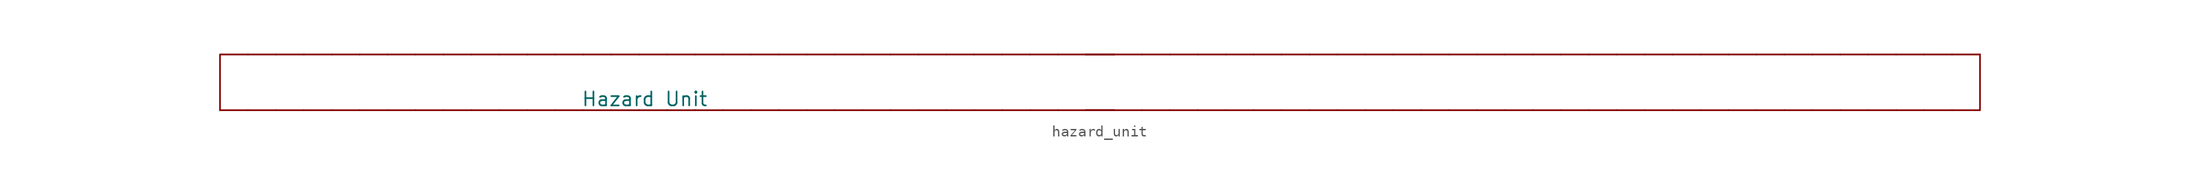
<source format=kicad_sym>
(kicad_symbol_lib
  (version 20231120)
  (generator "kicad_symbol_editor")
  (generator_version "8.0")
  (symbol "hazard_unit"
    (pin_numbers hide)
    (property "Reference" "U2"
      (at -47.244 0.254 90)
      (effects (font (size 0.001 0.001))))
    (property "Value" "Hazard Unit"
      (at -42.672 -0.254 0)
      (effects (font (size 1.27 1.27))))
    (symbol "hazard_unit_0_1"
      (polyline (pts (xy -81.28 -1.27) (xy -81.28 3.81) (xy 0 3.81)) (stroke (width 0) (type default)) (fill (type none)))
      (polyline (pts (xy -2.54 3.81) (xy -2.54 3.81) (xy 78.74 3.81)) (stroke (width 0) (type default)) (fill (type none)))
      (polyline (pts (xy -81.28 -1.27) (xy -16.51 -1.27) (xy -13.97 -1.27) (xy -11.43 -1.27) (xy -3.81 -1.27) (xy 0 -1.27) (xy 0 -1.27)) (stroke (width 0) (type default)) (fill (type none)))
      (polyline (pts (xy -2.54 -1.27) (xy 62.23 -1.27) (xy 64.77 -1.27) (xy 67.31 -1.27) (xy 74.93 -1.27) (xy 78.74 -1.27) (xy 78.74 3.81)) (stroke (width 0) (type default)) (fill (type none))))
    (symbol "hazard_unit_1_1"
      (pin input line (at -78.74 -1.27 90) (length 0) (name "A" (effects (font (size 0 0)))) (number "" (effects (font (size 1.27 1.27)))))
      (pin input line (at -76.2 -1.27 90) (length 0) (name "A" (effects (font (size 0 0)))) (number "" (effects (font (size 1.27 1.27)))))
      (pin input line (at -73.66 -1.27 90) (length 0) (name "A" (effects (font (size 0 0)))) (number "" (effects (font (size 1.27 1.27)))))
      (pin input line (at -71.12 -1.27 90) (length 0) (name "A" (effects (font (size 0 0)))) (number "" (effects (font (size 1.27 1.27)))))
      (pin input line (at -68.58 -1.27 90) (length 0) (name "A" (effects (font (size 0 0)))) (number "" (effects (font (size 1.27 1.27)))))
      (pin input line (at -66.04 -1.27 90) (length 0) (name "A" (effects (font (size 0 0)))) (number "" (effects (font (size 1.27 1.27)))))
      (pin input line (at -63.5 -1.27 90) (length 0) (name "A" (effects (font (size 0 0)))) (number "" (effects (font (size 1.27 1.27)))))
      (pin input line (at -60.96 -1.27 90) (length 0) (name "A" (effects (font (size 0 0)))) (number "" (effects (font (size 1.27 1.27)))))
      (pin input line (at -58.42 -1.27 90) (length 0) (name "A" (effects (font (size 0 0)))) (number "" (effects (font (size 1.27 1.27)))))
      (pin input line (at -55.88 -1.27 90) (length 0) (name "A" (effects (font (size 0 0)))) (number "" (effects (font (size 1.27 1.27)))))
      (pin input line (at -53.34 -1.27 90) (length 0) (name "A" (effects (font (size 0 0)))) (number "" (effects (font (size 1.27 1.27)))))
      (pin input line (at -50.8 -1.27 90) (length 0) (name "A" (effects (font (size 0 0)))) (number "" (effects (font (size 1.27 1.27)))))
      (pin input line (at -48.26 -1.27 90) (length 0) (name "A" (effects (font (size 0 0)))) (number "" (effects (font (size 1.27 1.27)))))
      (pin input line (at -45.72 -1.27 90) (length 0) (name "A" (effects (font (size 0 0)))) (number "" (effects (font (size 1.27 1.27)))))
      (pin input line (at -43.18 -1.27 90) (length 0) (name "A" (effects (font (size 0 0)))) (number "" (effects (font (size 1.27 1.27)))))
      (pin input line (at -40.64 -1.27 90) (length 0) (name "A" (effects (font (size 0 0)))) (number "" (effects (font (size 1.27 1.27)))))
      (pin input line (at -38.1 -1.27 90) (length 0) (name "A" (effects (font (size 0 0)))) (number "" (effects (font (size 1.27 1.27)))))
      (pin input line (at -35.56 -1.27 90) (length 0) (name "A" (effects (font (size 0 0)))) (number "" (effects (font (size 1.27 1.27)))))
      (pin input line (at -33.02 -1.27 90) (length 0) (name "A" (effects (font (size 0 0)))) (number "" (effects (font (size 1.27 1.27)))))
      (pin input line (at -30.48 -1.27 90) (length 0) (name "A" (effects (font (size 0 0)))) (number "" (effects (font (size 1.27 1.27)))))
      (pin input line (at -27.94 -1.27 90) (length 0) (name "A" (effects (font (size 0 0)))) (number "" (effects (font (size 1.27 1.27)))))
      (pin input line (at -25.4 -1.27 90) (length 0) (name "A" (effects (font (size 0 0)))) (number "" (effects (font (size 1.27 1.27)))))
      (pin input line (at -22.86 -1.27 90) (length 0) (name "A" (effects (font (size 0 0)))) (number "" (effects (font (size 1.27 1.27)))))
      (pin input line (at -20.32 -1.27 90) (length 0) (name "A" (effects (font (size 0 0)))) (number "" (effects (font (size 1.27 1.27)))))
      (pin input line (at -17.78 -1.27 90) (length 0) (name "A" (effects (font (size 0 0)))) (number "" (effects (font (size 1.27 1.27)))))
      (pin input line (at -15.24 -1.27 90) (length 0) (name "A" (effects (font (size 0 0)))) (number "" (effects (font (size 1.27 1.27)))))
      (pin input line (at -12.7 -1.27 90) (length 0) (name "A" (effects (font (size 0 0)))) (number "" (effects (font (size 1.27 1.27)))))
      (pin input line (at -10.16 -1.27 90) (length 0) (name "A" (effects (font (size 0 0)))) (number "" (effects (font (size 1.27 1.27)))))
      (pin input line (at -7.62 -1.27 90) (length 0) (name "A" (effects (font (size 0 0)))) (number "" (effects (font (size 1.27 1.27)))))
      (pin input line (at -5.08 -1.27 90) (length 0) (name "A" (effects (font (size 0 0)))) (number "" (effects (font (size 1.27 1.27)))))
      (pin input line (at -2.54 -1.27 90) (length 0) (name "A" (effects (font (size 0 0)))) (number "" (effects (font (size 1.27 1.27)))))
      (pin input line (at 0 -1.27 90) (length 0) (name "A" (effects (font (size 0 0)))) (number "" (effects (font (size 1.27 1.27)))))
      (pin input line (at 2.54 -1.27 90) (length 0) (name "A" (effects (font (size 0 0)))) (number "" (effects (font (size 1.27 1.27)))))
      (pin input line (at 5.08 -1.27 90) (length 0) (name "A" (effects (font (size 0 0)))) (number "" (effects (font (size 1.27 1.27)))))
      (pin input line (at 7.62 -1.27 90) (length 0) (name "A" (effects (font (size 0 0)))) (number "" (effects (font (size 1.27 1.27)))))
      (pin input line (at 10.16 -1.27 90) (length 0) (name "A" (effects (font (size 0 0)))) (number "" (effects (font (size 1.27 1.27)))))
      (pin input line (at 12.7 -1.27 90) (length 0) (name "A" (effects (font (size 0 0)))) (number "" (effects (font (size 1.27 1.27)))))
      (pin input line (at 15.24 -1.27 90) (length 0) (name "A" (effects (font (size 0 0)))) (number "" (effects (font (size 1.27 1.27)))))
      (pin input line (at 17.78 -1.27 90) (length 0) (name "A" (effects (font (size 0 0)))) (number "" (effects (font (size 1.27 1.27)))))
      (pin input line (at 20.32 -1.27 90) (length 0) (name "A" (effects (font (size 0 0)))) (number "" (effects (font (size 1.27 1.27)))))
      (pin input line (at 22.86 -1.27 90) (length 0) (name "A" (effects (font (size 0 0)))) (number "" (effects (font (size 1.27 1.27)))))
      (pin input line (at 25.4 -1.27 90) (length 0) (name "A" (effects (font (size 0 0)))) (number "" (effects (font (size 1.27 1.27)))))
      (pin input line (at 27.94 -1.27 90) (length 0) (name "A" (effects (font (size 0 0)))) (number "" (effects (font (size 1.27 1.27)))))
      (pin input line (at 30.48 -1.27 90) (length 0) (name "A" (effects (font (size 0 0)))) (number "" (effects (font (size 1.27 1.27)))))
      (pin input line (at 33.02 -1.27 90) (length 0) (name "A" (effects (font (size 0 0)))) (number "" (effects (font (size 1.27 1.27)))))
      (pin input line (at 35.56 -1.27 90) (length 0) (name "A" (effects (font (size 0 0)))) (number "" (effects (font (size 1.27 1.27)))))
      (pin input line (at 38.1 -1.27 90) (length 0) (name "A" (effects (font (size 0 0)))) (number "" (effects (font (size 1.27 1.27)))))
      (pin input line (at 40.64 -1.27 90) (length 0) (name "A" (effects (font (size 0 0)))) (number "" (effects (font (size 1.27 1.27)))))
      (pin input line (at 43.18 -1.27 90) (length 0) (name "A" (effects (font (size 0 0)))) (number "" (effects (font (size 1.27 1.27)))))
      (pin input line (at 45.72 -1.27 90) (length 0) (name "A" (effects (font (size 0 0)))) (number "" (effects (font (size 1.27 1.27)))))
      (pin input line (at 48.26 -1.27 90) (length 0) (name "A" (effects (font (size 0 0)))) (number "" (effects (font (size 1.27 1.27)))))
      (pin input line (at 50.8 -1.27 90) (length 0) (name "A" (effects (font (size 0 0)))) (number "" (effects (font (size 1.27 1.27)))))
      (pin input line (at 53.34 -1.27 90) (length 0) (name "A" (effects (font (size 0 0)))) (number "" (effects (font (size 1.27 1.27)))))
      (pin input line (at 55.88 -1.27 90) (length 0) (name "A" (effects (font (size 0 0)))) (number "" (effects (font (size 1.27 1.27)))))
      (pin input line (at 58.42 -1.27 90) (length 0) (name "A" (effects (font (size 0 0)))) (number "" (effects (font (size 1.27 1.27)))))
      (pin input line (at 60.96 -1.27 90) (length 0) (name "A" (effects (font (size 0 0)))) (number "" (effects (font (size 1.27 1.27)))))
      (pin input line (at 63.5 -1.27 90) (length 0) (name "A" (effects (font (size 0 0)))) (number "" (effects (font (size 1.27 1.27)))))
      (pin input line (at 66.04 -1.27 90) (length 0) (name "A" (effects (font (size 0 0)))) (number "" (effects (font (size 1.27 1.27)))))
      (pin input line (at 68.58 -1.27 90) (length 0) (name "A" (effects (font (size 0 0)))) (number "" (effects (font (size 1.27 1.27)))))
      (pin input line (at 71.12 -1.27 90) (length 0) (name "A" (effects (font (size 0 0)))) (number "" (effects (font (size 1.27 1.27)))))
      (pin input line (at 73.66 -1.27 90) (length 0) (name "A" (effects (font (size 0 0)))) (number "" (effects (font (size 1.27 1.27)))))
      (pin input line (at 76.2 -1.27 90) (length 0) (name "A" (effects (font (size 0 0)))) (number "" (effects (font (size 1.27 1.27)))))
      (pin output line (at -78.74 3.81 270) (length 0) (name "O" (effects (font (size 0 0)))) (number "" (effects (font (size 1.27 1.27)))))
      (pin output line (at -76.2 3.81 270) (length 0) (name "O" (effects (font (size 0 0)))) (number "" (effects (font (size 1.27 1.27)))))
      (pin output line (at -73.66 3.81 270) (length 0) (name "O" (effects (font (size 0 0)))) (number "" (effects (font (size 1.27 1.27)))))
      (pin output line (at -71.12 3.81 270) (length 0) (name "O" (effects (font (size 0 0)))) (number "" (effects (font (size 1.27 1.27)))))
      (pin output line (at -68.58 3.81 270) (length 0) (name "O" (effects (font (size 0 0)))) (number "" (effects (font (size 1.27 1.27)))))
      (pin output line (at -66.04 3.81 270) (length 0) (name "O" (effects (font (size 0 0)))) (number "" (effects (font (size 1.27 1.27)))))
      (pin output line (at -63.5 3.81 270) (length 0) (name "O" (effects (font (size 0 0)))) (number "" (effects (font (size 1.27 1.27)))))
      (pin output line (at -60.96 3.81 270) (length 0) (name "O" (effects (font (size 0 0)))) (number "" (effects (font (size 1.27 1.27)))))
      (pin output line (at -58.42 3.81 270) (length 0) (name "O" (effects (font (size 0 0)))) (number "" (effects (font (size 1.27 1.27)))))
      (pin output line (at -55.88 3.81 270) (length 0) (name "O" (effects (font (size 0 0)))) (number "" (effects (font (size 1.27 1.27)))))
      (pin output line (at -53.34 3.81 270) (length 0) (name "O" (effects (font (size 0 0)))) (number "" (effects (font (size 1.27 1.27)))))
      (pin output line (at -50.8 3.81 270) (length 0) (name "O" (effects (font (size 0 0)))) (number "" (effects (font (size 1.27 1.27)))))
      (pin output line (at -48.26 3.81 270) (length 0) (name "O" (effects (font (size 0 0)))) (number "" (effects (font (size 1.27 1.27)))))
      (pin output line (at -45.72 3.81 270) (length 0) (name "O" (effects (font (size 0 0)))) (number "" (effects (font (size 1.27 1.27)))))
      (pin output line (at -43.18 3.81 270) (length 0) (name "O" (effects (font (size 0 0)))) (number "" (effects (font (size 1.27 1.27)))))
      (pin output line (at -40.64 3.81 270) (length 0) (name "O" (effects (font (size 0 0)))) (number "" (effects (font (size 1.27 1.27)))))
      (pin output line (at -38.1 3.81 270) (length 0) (name "O" (effects (font (size 0 0)))) (number "" (effects (font (size 1.27 1.27)))))
      (pin output line (at -35.56 3.81 270) (length 0) (name "O" (effects (font (size 0 0)))) (number "" (effects (font (size 1.27 1.27)))))
      (pin output line (at -33.02 3.81 270) (length 0) (name "O" (effects (font (size 0 0)))) (number "" (effects (font (size 1.27 1.27)))))
      (pin output line (at -30.48 3.81 270) (length 0) (name "O" (effects (font (size 0 0)))) (number "" (effects (font (size 1.27 1.27)))))
      (pin output line (at -27.94 3.81 270) (length 0) (name "O" (effects (font (size 0 0)))) (number "" (effects (font (size 1.27 1.27)))))
      (pin output line (at -25.4 3.81 270) (length 0) (name "O" (effects (font (size 0 0)))) (number "" (effects (font (size 1.27 1.27)))))
      (pin output line (at -22.86 3.81 270) (length 0) (name "O" (effects (font (size 0 0)))) (number "" (effects (font (size 1.27 1.27)))))
      (pin output line (at -20.32 3.81 270) (length 0) (name "O" (effects (font (size 0 0)))) (number "" (effects (font (size 1.27 1.27)))))
      (pin output line (at -17.78 3.81 270) (length 0) (name "O" (effects (font (size 0 0)))) (number "" (effects (font (size 1.27 1.27)))))
      (pin output line (at -15.24 3.81 270) (length 0) (name "O" (effects (font (size 0 0)))) (number "" (effects (font (size 1.27 1.27)))))
      (pin output line (at -12.7 3.81 270) (length 0) (name "O" (effects (font (size 0 0)))) (number "" (effects (font (size 1.27 1.27)))))
      (pin output line (at -10.16 3.81 270) (length 0) (name "O" (effects (font (size 0 0)))) (number "" (effects (font (size 1.27 1.27)))))
      (pin output line (at -7.62 3.81 270) (length 0) (name "O" (effects (font (size 0 0)))) (number "" (effects (font (size 1.27 1.27)))))
      (pin output line (at -5.08 3.81 270) (length 0) (name "O" (effects (font (size 0 0)))) (number "" (effects (font (size 1.27 1.27)))))
      (pin output line (at -2.54 3.81 270) (length 0) (name "O" (effects (font (size 0 0)))) (number "" (effects (font (size 1.27 1.27)))))
      (pin output line (at 0 3.81 270) (length 0) (name "O" (effects (font (size 0 0)))) (number "" (effects (font (size 1.27 1.27)))))
      (pin output line (at 2.54 3.81 270) (length 0) (name "O" (effects (font (size 0 0)))) (number "" (effects (font (size 1.27 1.27)))))
      (pin output line (at 5.08 3.81 270) (length 0) (name "O" (effects (font (size 0 0)))) (number "" (effects (font (size 1.27 1.27)))))
      (pin output line (at 7.62 3.81 270) (length 0) (name "O" (effects (font (size 0 0)))) (number "" (effects (font (size 1.27 1.27)))))
      (pin output line (at 10.16 3.81 270) (length 0) (name "O" (effects (font (size 0 0)))) (number "" (effects (font (size 1.27 1.27)))))
      (pin output line (at 12.7 3.81 270) (length 0) (name "O" (effects (font (size 0 0)))) (number "" (effects (font (size 1.27 1.27)))))
      (pin output line (at 15.24 3.81 270) (length 0) (name "O" (effects (font (size 0 0)))) (number "" (effects (font (size 1.27 1.27)))))
      (pin output line (at 17.78 3.81 270) (length 0) (name "O" (effects (font (size 0 0)))) (number "" (effects (font (size 1.27 1.27)))))
      (pin output line (at 20.32 3.81 270) (length 0) (name "O" (effects (font (size 0 0)))) (number "" (effects (font (size 1.27 1.27)))))
      (pin output line (at 22.86 3.81 270) (length 0) (name "O" (effects (font (size 0 0)))) (number "" (effects (font (size 1.27 1.27)))))
      (pin output line (at 25.4 3.81 270) (length 0) (name "O" (effects (font (size 0 0)))) (number "" (effects (font (size 1.27 1.27)))))
      (pin output line (at 27.94 3.81 270) (length 0) (name "O" (effects (font (size 0 0)))) (number "" (effects (font (size 1.27 1.27)))))
      (pin output line (at 30.48 3.81 270) (length 0) (name "O" (effects (font (size 0 0)))) (number "" (effects (font (size 1.27 1.27)))))
      (pin output line (at 33.02 3.81 270) (length 0) (name "O" (effects (font (size 0 0)))) (number "" (effects (font (size 1.27 1.27)))))
      (pin output line (at 35.56 3.81 270) (length 0) (name "O" (effects (font (size 0 0)))) (number "" (effects (font (size 1.27 1.27)))))
      (pin output line (at 38.1 3.81 270) (length 0) (name "O" (effects (font (size 0 0)))) (number "" (effects (font (size 1.27 1.27)))))
      (pin output line (at 40.64 3.81 270) (length 0) (name "O" (effects (font (size 0 0)))) (number "" (effects (font (size 1.27 1.27)))))
      (pin output line (at 43.18 3.81 270) (length 0) (name "O" (effects (font (size 0 0)))) (number "" (effects (font (size 1.27 1.27)))))
      (pin output line (at 45.72 3.81 270) (length 0) (name "O" (effects (font (size 0 0)))) (number "" (effects (font (size 1.27 1.27)))))
      (pin output line (at 48.26 3.81 270) (length 0) (name "O" (effects (font (size 0 0)))) (number "" (effects (font (size 1.27 1.27)))))
      (pin output line (at 50.8 3.81 270) (length 0) (name "O" (effects (font (size 0 0)))) (number "" (effects (font (size 1.27 1.27)))))
      (pin output line (at 53.34 3.81 270) (length 0) (name "O" (effects (font (size 0 0)))) (number "" (effects (font (size 1.27 1.27)))))
      (pin output line (at 55.88 3.81 270) (length 0) (name "O" (effects (font (size 0 0)))) (number "" (effects (font (size 1.27 1.27)))))
      (pin output line (at 58.42 3.81 270) (length 0) (name "O" (effects (font (size 0 0)))) (number "" (effects (font (size 1.27 1.27)))))
      (pin output line (at 60.96 3.81 270) (length 0) (name "O" (effects (font (size 0 0)))) (number "" (effects (font (size 1.27 1.27)))))
      (pin output line (at 63.5 3.81 270) (length 0) (name "O" (effects (font (size 0 0)))) (number "" (effects (font (size 1.27 1.27)))))
      (pin output line (at 66.04 3.81 270) (length 0) (name "O" (effects (font (size 0 0)))) (number "" (effects (font (size 1.27 1.27)))))
      (pin output line (at 68.58 3.81 270) (length 0) (name "O" (effects (font (size 0 0)))) (number "" (effects (font (size 1.27 1.27)))))
      (pin output line (at 71.12 3.81 270) (length 0) (name "O" (effects (font (size 0 0)))) (number "" (effects (font (size 1.27 1.27)))))
      (pin output line (at 73.66 3.81 270) (length 0) (name "O" (effects (font (size 0 0)))) (number "" (effects (font (size 1.27 1.27)))))
      (pin output line (at 76.2 3.81 270) (length 0) (name "O" (effects (font (size 0 0)))) (number "" (effects (font (size 1.27 1.27))))))))
</source>
